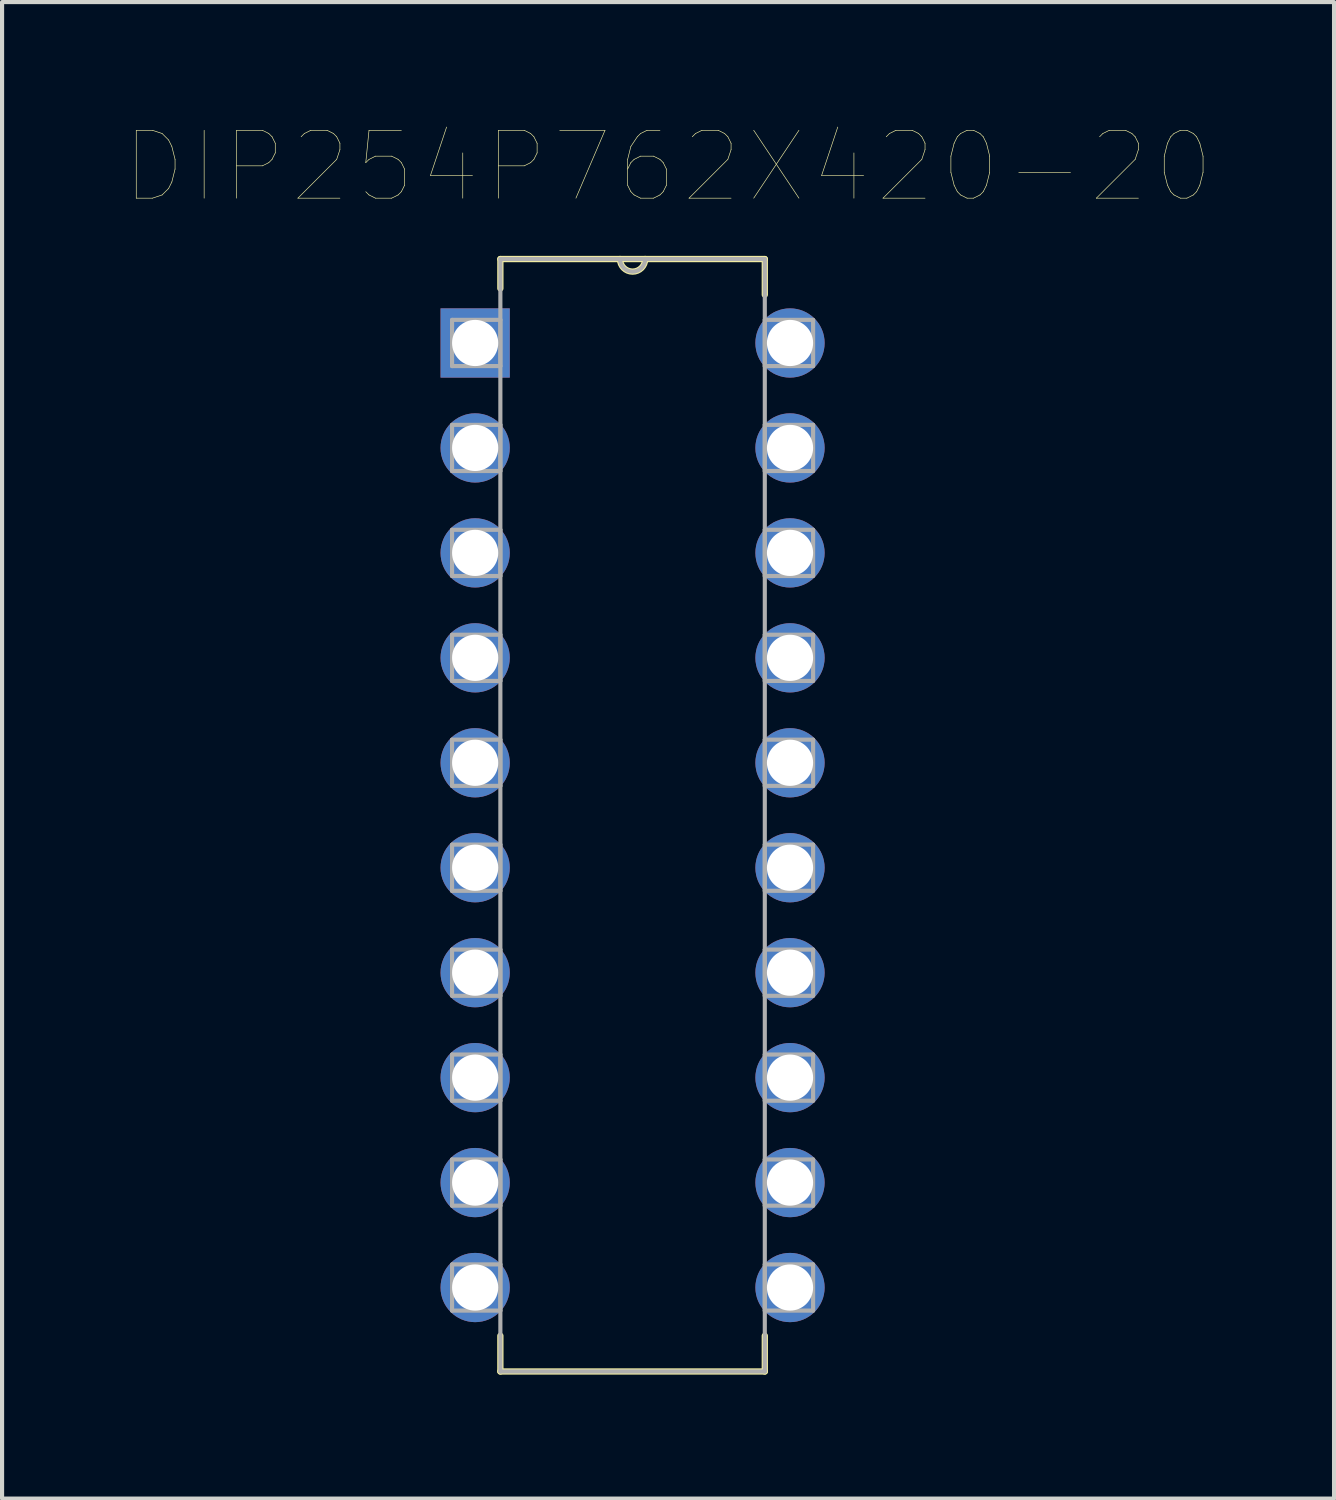
<source format=kicad_pcb>
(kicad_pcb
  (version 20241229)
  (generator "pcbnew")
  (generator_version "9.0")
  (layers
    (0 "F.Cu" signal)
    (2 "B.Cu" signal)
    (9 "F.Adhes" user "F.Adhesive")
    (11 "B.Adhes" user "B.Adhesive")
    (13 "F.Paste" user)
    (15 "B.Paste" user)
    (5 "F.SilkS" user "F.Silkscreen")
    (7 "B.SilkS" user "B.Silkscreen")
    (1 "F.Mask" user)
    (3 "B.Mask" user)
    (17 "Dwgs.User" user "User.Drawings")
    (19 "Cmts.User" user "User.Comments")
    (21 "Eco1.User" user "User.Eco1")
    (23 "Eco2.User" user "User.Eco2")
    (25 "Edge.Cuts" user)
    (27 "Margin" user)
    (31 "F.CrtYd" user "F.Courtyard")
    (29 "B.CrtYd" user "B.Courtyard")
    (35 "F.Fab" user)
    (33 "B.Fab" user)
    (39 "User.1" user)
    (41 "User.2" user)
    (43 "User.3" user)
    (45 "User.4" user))
  (footprint "DIP254P762X420-20"
    (layer "F.Cu")
    (at 16.07 28.111)
    (property "Reference" "DIP254P762X420-20" (at -2.952 -27.124 0) (layer "F.SilkS") (effects (font (size 1.643 1.643) (thickness 0.015))))
    (attr through_hole)
    (fp_line (start -7.01 -24.892) (end -7.01 -24.181) (stroke (width 0.152) (type solid)) (layer "F.SilkS"))
    (fp_line (start -7.01 1.168) (end -7.01 2.032) (stroke (width 0.152) (type solid)) (layer "F.SilkS"))
    (fp_line (start -7.01 2.032) (end -0.61 2.032) (stroke (width 0.152) (type solid)) (layer "F.SilkS"))
    (fp_line (start -4.115 -24.892) (end -7.01 -24.892) (stroke (width 0.152) (type solid)) (layer "F.SilkS"))
    (fp_line (start -3.505 -24.892) (end -4.115 -24.892) (stroke (width 0.152) (type solid)) (layer "F.SilkS"))
    (fp_line (start -0.61 -24.892) (end -3.505 -24.892) (stroke (width 0.152) (type solid)) (layer "F.SilkS"))
    (fp_line (start -0.61 -24.028) (end -0.61 -24.892) (stroke (width 0.152) (type solid)) (layer "F.SilkS"))
    (fp_line (start -0.61 2.032) (end -0.61 1.168) (stroke (width 0.152) (type solid)) (layer "F.SilkS"))
    (fp_arc (start -3.5052 -24.892) (mid -3.81 -24.5872) (end -4.1148 -24.892) (stroke (width 0.1524) (type solid)) (layer "F.SilkS"))
    (fp_line (start -8.179 -23.419) (end -8.179 -22.301) (stroke (width 0.1) (type solid)) (layer "F.Fab"))
    (fp_line (start -8.179 -22.301) (end -7.01 -22.301) (stroke (width 0.1) (type solid)) (layer "F.Fab"))
    (fp_line (start -8.179 -20.879) (end -8.179 -19.761) (stroke (width 0.1) (type solid)) (layer "F.Fab"))
    (fp_line (start -8.179 -19.761) (end -7.01 -19.761) (stroke (width 0.1) (type solid)) (layer "F.Fab"))
    (fp_line (start -8.179 -18.339) (end -8.179 -17.221) (stroke (width 0.1) (type solid)) (layer "F.Fab"))
    (fp_line (start -8.179 -17.221) (end -7.01 -17.221) (stroke (width 0.1) (type solid)) (layer "F.Fab"))
    (fp_line (start -8.179 -15.799) (end -8.179 -14.681) (stroke (width 0.1) (type solid)) (layer "F.Fab"))
    (fp_line (start -8.179 -14.681) (end -7.01 -14.681) (stroke (width 0.1) (type solid)) (layer "F.Fab"))
    (fp_line (start -8.179 -13.259) (end -8.179 -12.141) (stroke (width 0.1) (type solid)) (layer "F.Fab"))
    (fp_line (start -8.179 -12.141) (end -7.01 -12.141) (stroke (width 0.1) (type solid)) (layer "F.Fab"))
    (fp_line (start -8.179 -10.719) (end -8.179 -9.601) (stroke (width 0.1) (type solid)) (layer "F.Fab"))
    (fp_line (start -8.179 -9.601) (end -7.01 -9.601) (stroke (width 0.1) (type solid)) (layer "F.Fab"))
    (fp_line (start -8.179 -8.179) (end -8.179 -7.061) (stroke (width 0.1) (type solid)) (layer "F.Fab"))
    (fp_line (start -8.179 -7.061) (end -7.01 -7.061) (stroke (width 0.1) (type solid)) (layer "F.Fab"))
    (fp_line (start -8.179 -5.639) (end -8.179 -4.521) (stroke (width 0.1) (type solid)) (layer "F.Fab"))
    (fp_line (start -8.179 -4.521) (end -7.01 -4.521) (stroke (width 0.1) (type solid)) (layer "F.Fab"))
    (fp_line (start -8.179 -3.099) (end -8.179 -1.981) (stroke (width 0.1) (type solid)) (layer "F.Fab"))
    (fp_line (start -8.179 -1.981) (end -7.01 -1.981) (stroke (width 0.1) (type solid)) (layer "F.Fab"))
    (fp_line (start -8.179 -0.559) (end -8.179 0.559) (stroke (width 0.1) (type solid)) (layer "F.Fab"))
    (fp_line (start -8.179 0.559) (end -7.01 0.559) (stroke (width 0.1) (type solid)) (layer "F.Fab"))
    (fp_line (start -7.01 -24.892) (end -7.01 2.032) (stroke (width 0.1) (type solid)) (layer "F.Fab"))
    (fp_line (start -7.01 -23.419) (end -8.179 -23.419) (stroke (width 0.1) (type solid)) (layer "F.Fab"))
    (fp_line (start -7.01 -22.301) (end -7.01 -23.419) (stroke (width 0.1) (type solid)) (layer "F.Fab"))
    (fp_line (start -7.01 -20.879) (end -8.179 -20.879) (stroke (width 0.1) (type solid)) (layer "F.Fab"))
    (fp_line (start -7.01 -19.761) (end -7.01 -20.879) (stroke (width 0.1) (type solid)) (layer "F.Fab"))
    (fp_line (start -7.01 -18.339) (end -8.179 -18.339) (stroke (width 0.1) (type solid)) (layer "F.Fab"))
    (fp_line (start -7.01 -17.221) (end -7.01 -18.339) (stroke (width 0.1) (type solid)) (layer "F.Fab"))
    (fp_line (start -7.01 -15.799) (end -8.179 -15.799) (stroke (width 0.1) (type solid)) (layer "F.Fab"))
    (fp_line (start -7.01 -14.681) (end -7.01 -15.799) (stroke (width 0.1) (type solid)) (layer "F.Fab"))
    (fp_line (start -7.01 -13.259) (end -8.179 -13.259) (stroke (width 0.1) (type solid)) (layer "F.Fab"))
    (fp_line (start -7.01 -12.141) (end -7.01 -13.259) (stroke (width 0.1) (type solid)) (layer "F.Fab"))
    (fp_line (start -7.01 -10.719) (end -8.179 -10.719) (stroke (width 0.1) (type solid)) (layer "F.Fab"))
    (fp_line (start -7.01 -9.601) (end -7.01 -10.719) (stroke (width 0.1) (type solid)) (layer "F.Fab"))
    (fp_line (start -7.01 -8.179) (end -8.179 -8.179) (stroke (width 0.1) (type solid)) (layer "F.Fab"))
    (fp_line (start -7.01 -7.061) (end -7.01 -8.179) (stroke (width 0.1) (type solid)) (layer "F.Fab"))
    (fp_line (start -7.01 -5.639) (end -8.179 -5.639) (stroke (width 0.1) (type solid)) (layer "F.Fab"))
    (fp_line (start -7.01 -4.521) (end -7.01 -5.639) (stroke (width 0.1) (type solid)) (layer "F.Fab"))
    (fp_line (start -7.01 -3.099) (end -8.179 -3.099) (stroke (width 0.1) (type solid)) (layer "F.Fab"))
    (fp_line (start -7.01 -1.981) (end -7.01 -3.099) (stroke (width 0.1) (type solid)) (layer "F.Fab"))
    (fp_line (start -7.01 -0.559) (end -8.179 -0.559) (stroke (width 0.1) (type solid)) (layer "F.Fab"))
    (fp_line (start -7.01 0.559) (end -7.01 -0.559) (stroke (width 0.1) (type solid)) (layer "F.Fab"))
    (fp_line (start -7.01 2.032) (end -0.61 2.032) (stroke (width 0.1) (type solid)) (layer "F.Fab"))
    (fp_line (start -4.115 -24.892) (end -7.01 -24.892) (stroke (width 0.1) (type solid)) (layer "F.Fab"))
    (fp_line (start -3.505 -24.892) (end -4.115 -24.892) (stroke (width 0.1) (type solid)) (layer "F.Fab"))
    (fp_line (start -0.61 -24.892) (end -3.505 -24.892) (stroke (width 0.1) (type solid)) (layer "F.Fab"))
    (fp_line (start -0.61 -23.419) (end -0.61 -22.301) (stroke (width 0.1) (type solid)) (layer "F.Fab"))
    (fp_line (start -0.61 -22.301) (end 0.559 -22.301) (stroke (width 0.1) (type solid)) (layer "F.Fab"))
    (fp_line (start -0.61 -20.879) (end -0.61 -19.761) (stroke (width 0.1) (type solid)) (layer "F.Fab"))
    (fp_line (start -0.61 -19.761) (end 0.559 -19.761) (stroke (width 0.1) (type solid)) (layer "F.Fab"))
    (fp_line (start -0.61 -18.339) (end -0.61 -17.221) (stroke (width 0.1) (type solid)) (layer "F.Fab"))
    (fp_line (start -0.61 -17.221) (end 0.559 -17.221) (stroke (width 0.1) (type solid)) (layer "F.Fab"))
    (fp_line (start -0.61 -15.799) (end -0.61 -14.681) (stroke (width 0.1) (type solid)) (layer "F.Fab"))
    (fp_line (start -0.61 -14.681) (end 0.559 -14.681) (stroke (width 0.1) (type solid)) (layer "F.Fab"))
    (fp_line (start -0.61 -13.259) (end -0.61 -12.141) (stroke (width 0.1) (type solid)) (layer "F.Fab"))
    (fp_line (start -0.61 -12.141) (end 0.559 -12.141) (stroke (width 0.1) (type solid)) (layer "F.Fab"))
    (fp_line (start -0.61 -10.719) (end -0.61 -9.601) (stroke (width 0.1) (type solid)) (layer "F.Fab"))
    (fp_line (start -0.61 -9.601) (end 0.559 -9.601) (stroke (width 0.1) (type solid)) (layer "F.Fab"))
    (fp_line (start -0.61 -8.179) (end -0.61 -7.061) (stroke (width 0.1) (type solid)) (layer "F.Fab"))
    (fp_line (start -0.61 -7.061) (end 0.559 -7.061) (stroke (width 0.1) (type solid)) (layer "F.Fab"))
    (fp_line (start -0.61 -5.639) (end -0.61 -4.521) (stroke (width 0.1) (type solid)) (layer "F.Fab"))
    (fp_line (start -0.61 -4.521) (end 0.559 -4.521) (stroke (width 0.1) (type solid)) (layer "F.Fab"))
    (fp_line (start -0.61 -3.099) (end -0.61 -1.981) (stroke (width 0.1) (type solid)) (layer "F.Fab"))
    (fp_line (start -0.61 -1.981) (end 0.559 -1.981) (stroke (width 0.1) (type solid)) (layer "F.Fab"))
    (fp_line (start -0.61 -0.559) (end -0.61 0.559) (stroke (width 0.1) (type solid)) (layer "F.Fab"))
    (fp_line (start -0.61 0.559) (end 0.559 0.559) (stroke (width 0.1) (type solid)) (layer "F.Fab"))
    (fp_line (start -0.61 2.032) (end -0.61 -24.892) (stroke (width 0.1) (type solid)) (layer "F.Fab"))
    (fp_line (start 0.559 -23.419) (end -0.61 -23.419) (stroke (width 0.1) (type solid)) (layer "F.Fab"))
    (fp_line (start 0.559 -22.301) (end 0.559 -23.419) (stroke (width 0.1) (type solid)) (layer "F.Fab"))
    (fp_line (start 0.559 -20.879) (end -0.61 -20.879) (stroke (width 0.1) (type solid)) (layer "F.Fab"))
    (fp_line (start 0.559 -19.761) (end 0.559 -20.879) (stroke (width 0.1) (type solid)) (layer "F.Fab"))
    (fp_line (start 0.559 -18.339) (end -0.61 -18.339) (stroke (width 0.1) (type solid)) (layer "F.Fab"))
    (fp_line (start 0.559 -17.221) (end 0.559 -18.339) (stroke (width 0.1) (type solid)) (layer "F.Fab"))
    (fp_line (start 0.559 -15.799) (end -0.61 -15.799) (stroke (width 0.1) (type solid)) (layer "F.Fab"))
    (fp_line (start 0.559 -14.681) (end 0.559 -15.799) (stroke (width 0.1) (type solid)) (layer "F.Fab"))
    (fp_line (start 0.559 -13.259) (end -0.61 -13.259) (stroke (width 0.1) (type solid)) (layer "F.Fab"))
    (fp_line (start 0.559 -12.141) (end 0.559 -13.259) (stroke (width 0.1) (type solid)) (layer "F.Fab"))
    (fp_line (start 0.559 -10.719) (end -0.61 -10.719) (stroke (width 0.1) (type solid)) (layer "F.Fab"))
    (fp_line (start 0.559 -9.601) (end 0.559 -10.719) (stroke (width 0.1) (type solid)) (layer "F.Fab"))
    (fp_line (start 0.559 -8.179) (end -0.61 -8.179) (stroke (width 0.1) (type solid)) (layer "F.Fab"))
    (fp_line (start 0.559 -7.061) (end 0.559 -8.179) (stroke (width 0.1) (type solid)) (layer "F.Fab"))
    (fp_line (start 0.559 -5.639) (end -0.61 -5.639) (stroke (width 0.1) (type solid)) (layer "F.Fab"))
    (fp_line (start 0.559 -4.521) (end 0.559 -5.639) (stroke (width 0.1) (type solid)) (layer "F.Fab"))
    (fp_line (start 0.559 -3.099) (end -0.61 -3.099) (stroke (width 0.1) (type solid)) (layer "F.Fab"))
    (fp_line (start 0.559 -1.981) (end 0.559 -3.099) (stroke (width 0.1) (type solid)) (layer "F.Fab"))
    (fp_line (start 0.559 -0.559) (end -0.61 -0.559) (stroke (width 0.1) (type solid)) (layer "F.Fab"))
    (fp_line (start 0.559 0.559) (end 0.559 -0.559) (stroke (width 0.1) (type solid)) (layer "F.Fab"))
    (fp_arc (start -3.5052 -24.892) (mid -3.81 -24.5872) (end -4.1148 -24.892) (stroke (width 0.1) (type solid)) (layer "F.Fab"))
    (pad "1" thru_hole rect (at -7.62 -22.86) (size 1.676 1.676) (drill 1.118) (layers "*.Cu" "*.Mask"))
    (pad "2" thru_hole circle (at -7.62 -20.32) (size 1.676 1.676) (drill 1.118) (layers "*.Cu" "*.Mask"))
    (pad "3" thru_hole circle (at -7.62 -17.78) (size 1.676 1.676) (drill 1.118) (layers "*.Cu" "*.Mask"))
    (pad "4" thru_hole circle (at -7.62 -15.24) (size 1.676 1.676) (drill 1.118) (layers "*.Cu" "*.Mask"))
    (pad "5" thru_hole circle (at -7.62 -12.7) (size 1.676 1.676) (drill 1.118) (layers "*.Cu" "*.Mask"))
    (pad "6" thru_hole circle (at -7.62 -10.16) (size 1.676 1.676) (drill 1.118) (layers "*.Cu" "*.Mask"))
    (pad "7" thru_hole circle (at -7.62 -7.62) (size 1.676 1.676) (drill 1.118) (layers "*.Cu" "*.Mask"))
    (pad "8" thru_hole circle (at -7.62 -5.08) (size 1.676 1.676) (drill 1.118) (layers "*.Cu" "*.Mask"))
    (pad "9" thru_hole circle (at -7.62 -2.54) (size 1.676 1.676) (drill 1.118) (layers "*.Cu" "*.Mask"))
    (pad "10" thru_hole circle (at -7.62 0) (size 1.676 1.676) (drill 1.118) (layers "*.Cu" "*.Mask"))
    (pad "11" thru_hole circle (at 0 0) (size 1.676 1.676) (drill 1.118) (layers "*.Cu" "*.Mask"))
    (pad "12" thru_hole circle (at 0 -2.54) (size 1.676 1.676) (drill 1.118) (layers "*.Cu" "*.Mask"))
    (pad "13" thru_hole circle (at 0 -5.08) (size 1.676 1.676) (drill 1.118) (layers "*.Cu" "*.Mask"))
    (pad "14" thru_hole circle (at 0 -7.62) (size 1.676 1.676) (drill 1.118) (layers "*.Cu" "*.Mask"))
    (pad "15" thru_hole circle (at 0 -10.16) (size 1.676 1.676) (drill 1.118) (layers "*.Cu" "*.Mask"))
    (pad "16" thru_hole circle (at 0 -12.7) (size 1.676 1.676) (drill 1.118) (layers "*.Cu" "*.Mask"))
    (pad "17" thru_hole circle (at 0 -15.24) (size 1.676 1.676) (drill 1.118) (layers "*.Cu" "*.Mask"))
    (pad "18" thru_hole circle (at 0 -17.78) (size 1.676 1.676) (drill 1.118) (layers "*.Cu" "*.Mask"))
    (pad "19" thru_hole circle (at 0 -20.32) (size 1.676 1.676) (drill 1.118) (layers "*.Cu" "*.Mask"))
    (pad "20" thru_hole circle (at 0 -22.86) (size 1.676 1.676) (drill 1.118) (layers "*.Cu" "*.Mask")))
  (gr_rect
    (start -3 -3)
    (end 29.237 33.22)
    (stroke (width 0.1) (type default))
    (fill no)
    (layer "Edge.Cuts")))
</source>
